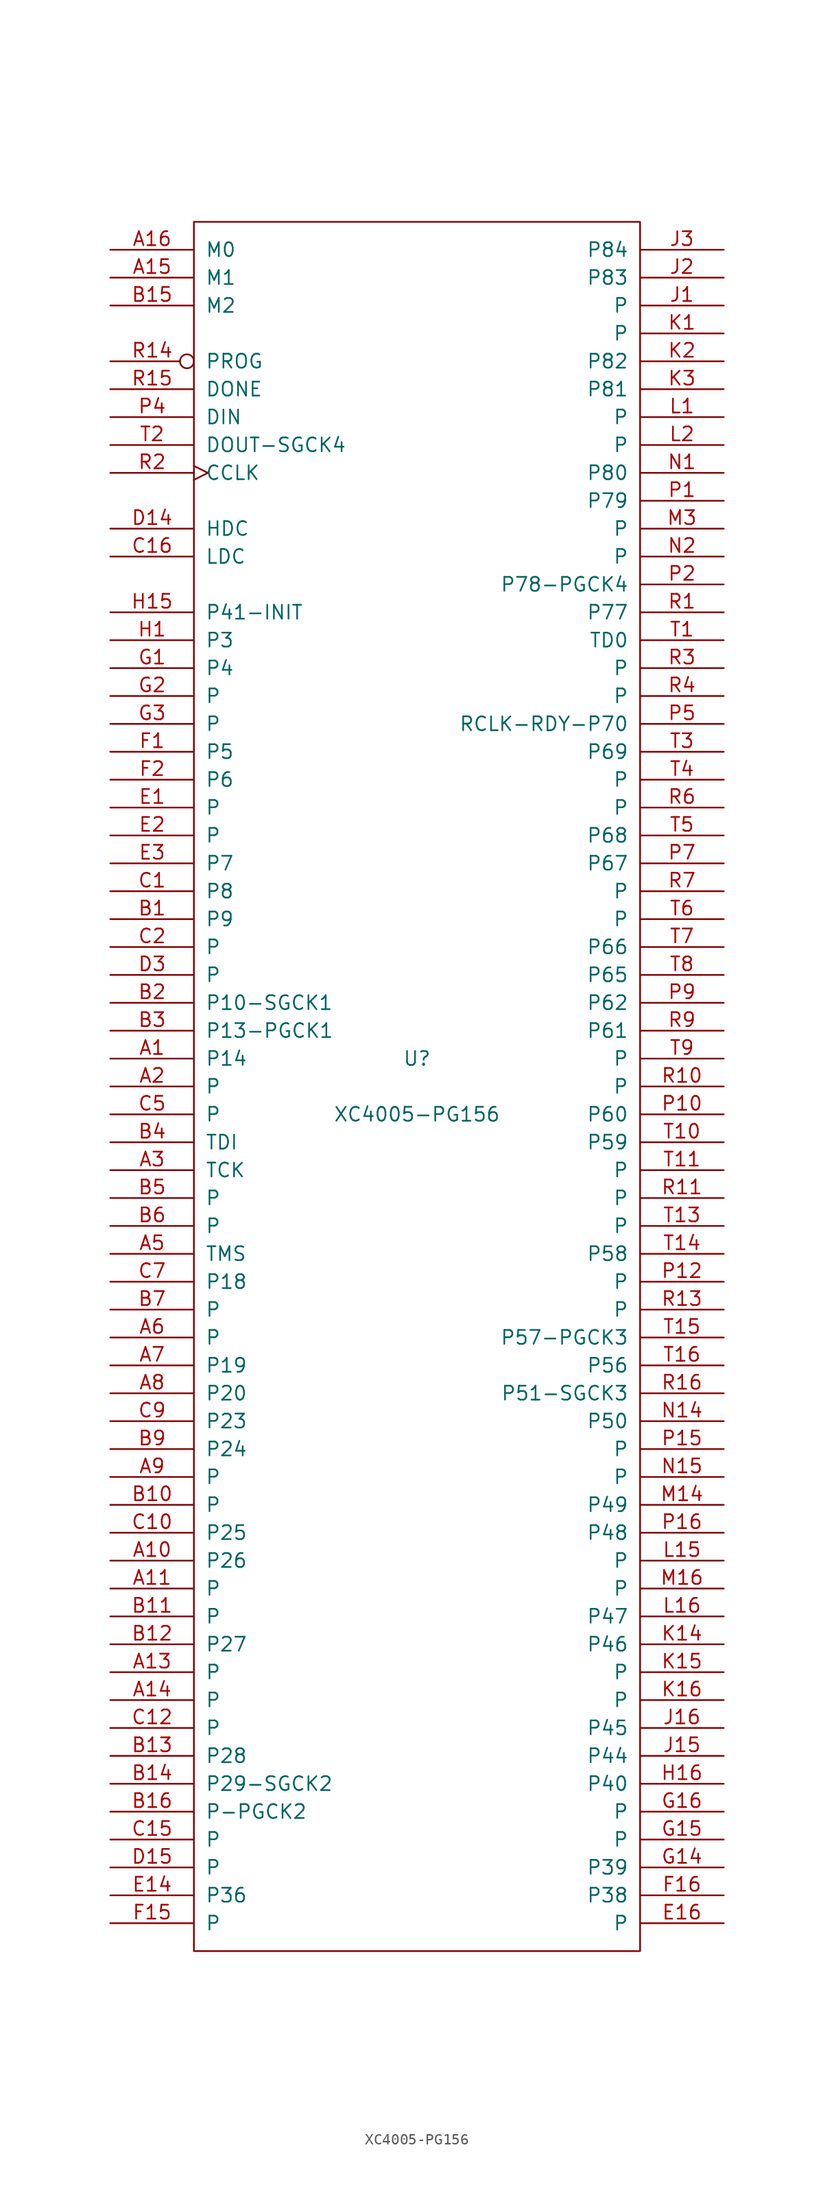
<source format=kicad_sym>
(kicad_symbol_lib
  (version 20211014)
  (generator kicad_symbol_editor)
  (symbol "XC4005-PG156"
    (pin_names
      (offset 1.016))
    (property "Reference" "U"
      (at 0 2.54 0)
      (effects (font (size 1.27 1.27))))
    (property "Value" "XC4005-PG156"
      (at 0 -2.54 0)
      (effects (font (size 1.27 1.27))))
    (symbol "XC4005-PG156_0_1"
      (rectangle (start -20.32 -78.74) (end 20.32 78.74) (stroke (width 0) (type default) (color 0 0 0 0)) (fill (type none))))
    (symbol "XC4005-PG156_1_1"
      (pin passive line (at -27.94 2.54 0) (length 7.62) (name "P14" (effects (font (size 1.27 1.27)))) (number "A1" (effects (font (size 1.27 1.27)))))
      (pin passive line (at -27.94 -43.18 0) (length 7.62) (name "P26" (effects (font (size 1.27 1.27)))) (number "A10" (effects (font (size 1.27 1.27)))))
      (pin passive line (at -27.94 -45.72 0) (length 7.62) (name "P" (effects (font (size 1.27 1.27)))) (number "A11" (effects (font (size 1.27 1.27)))))
      (pin passive line (at -27.94 -53.34 0) (length 7.62) (name "P" (effects (font (size 1.27 1.27)))) (number "A13" (effects (font (size 1.27 1.27)))))
      (pin passive line (at -27.94 -55.88 0) (length 7.62) (name "P" (effects (font (size 1.27 1.27)))) (number "A14" (effects (font (size 1.27 1.27)))))
      (pin input line (at -27.94 73.66 0) (length 7.62) (name "M1" (effects (font (size 1.27 1.27)))) (number "A15" (effects (font (size 1.27 1.27)))))
      (pin input line (at -27.94 76.2 0) (length 7.62) (name "M0" (effects (font (size 1.27 1.27)))) (number "A16" (effects (font (size 1.27 1.27)))))
      (pin passive line (at -27.94 0 0) (length 7.62) (name "P" (effects (font (size 1.27 1.27)))) (number "A2" (effects (font (size 1.27 1.27)))))
      (pin passive line (at -27.94 -7.62 0) (length 7.62) (name "TCK" (effects (font (size 1.27 1.27)))) (number "A3" (effects (font (size 1.27 1.27)))))
      (pin passive line (at -27.94 -15.24 0) (length 7.62) (name "TMS" (effects (font (size 1.27 1.27)))) (number "A5" (effects (font (size 1.27 1.27)))))
      (pin passive line (at -27.94 -22.86 0) (length 7.62) (name "P" (effects (font (size 1.27 1.27)))) (number "A6" (effects (font (size 1.27 1.27)))))
      (pin passive line (at -27.94 -25.4 0) (length 7.62) (name "P19" (effects (font (size 1.27 1.27)))) (number "A7" (effects (font (size 1.27 1.27)))))
      (pin passive line (at -27.94 -27.94 0) (length 7.62) (name "P20" (effects (font (size 1.27 1.27)))) (number "A8" (effects (font (size 1.27 1.27)))))
      (pin passive line (at -27.94 -35.56 0) (length 7.62) (name "P" (effects (font (size 1.27 1.27)))) (number "A9" (effects (font (size 1.27 1.27)))))
      (pin passive line (at -27.94 15.24 0) (length 7.62) (name "P9" (effects (font (size 1.27 1.27)))) (number "B1" (effects (font (size 1.27 1.27)))))
      (pin passive line (at -27.94 -38.1 0) (length 7.62) (name "P" (effects (font (size 1.27 1.27)))) (number "B10" (effects (font (size 1.27 1.27)))))
      (pin passive line (at -27.94 -48.26 0) (length 7.62) (name "P" (effects (font (size 1.27 1.27)))) (number "B11" (effects (font (size 1.27 1.27)))))
      (pin passive line (at -27.94 -50.8 0) (length 7.62) (name "P27" (effects (font (size 1.27 1.27)))) (number "B12" (effects (font (size 1.27 1.27)))))
      (pin passive line (at -27.94 -60.96 0) (length 7.62) (name "P28" (effects (font (size 1.27 1.27)))) (number "B13" (effects (font (size 1.27 1.27)))))
      (pin passive line (at -27.94 -63.5 0) (length 7.62) (name "P29-SGCK2" (effects (font (size 1.27 1.27)))) (number "B14" (effects (font (size 1.27 1.27)))))
      (pin input line (at -27.94 71.12 0) (length 7.62) (name "M2" (effects (font (size 1.27 1.27)))) (number "B15" (effects (font (size 1.27 1.27)))))
      (pin passive line (at -27.94 -66.04 0) (length 7.62) (name "P-PGCK2" (effects (font (size 1.27 1.27)))) (number "B16" (effects (font (size 1.27 1.27)))))
      (pin passive line (at -27.94 7.62 0) (length 7.62) (name "P10-SGCK1" (effects (font (size 1.27 1.27)))) (number "B2" (effects (font (size 1.27 1.27)))))
      (pin passive line (at -27.94 5.08 0) (length 7.62) (name "P13-PGCK1" (effects (font (size 1.27 1.27)))) (number "B3" (effects (font (size 1.27 1.27)))))
      (pin passive line (at -27.94 -5.08 0) (length 7.62) (name "TDI" (effects (font (size 1.27 1.27)))) (number "B4" (effects (font (size 1.27 1.27)))))
      (pin passive line (at -27.94 -10.16 0) (length 7.62) (name "P" (effects (font (size 1.27 1.27)))) (number "B5" (effects (font (size 1.27 1.27)))))
      (pin passive line (at -27.94 -12.7 0) (length 7.62) (name "P" (effects (font (size 1.27 1.27)))) (number "B6" (effects (font (size 1.27 1.27)))))
      (pin passive line (at -27.94 -20.32 0) (length 7.62) (name "P" (effects (font (size 1.27 1.27)))) (number "B7" (effects (font (size 1.27 1.27)))))
      (pin power_in line (at -5.08 78.74 270) (length 0) hide (name "VCC" (effects (font (size 1.27 1.27)))) (number "B8" (effects (font (size 1.27 1.27)))))
      (pin passive line (at -27.94 -33.02 0) (length 7.62) (name "P24" (effects (font (size 1.27 1.27)))) (number "B9" (effects (font (size 1.27 1.27)))))
      (pin passive line (at -27.94 17.78 0) (length 7.62) (name "P8" (effects (font (size 1.27 1.27)))) (number "C1" (effects (font (size 1.27 1.27)))))
      (pin passive line (at -27.94 -40.64 0) (length 7.62) (name "P25" (effects (font (size 1.27 1.27)))) (number "C10" (effects (font (size 1.27 1.27)))))
      (pin power_in line (at -10.16 -78.74 90) (length 0) hide (name "GND" (effects (font (size 1.27 1.27)))) (number "C11" (effects (font (size 1.27 1.27)))))
      (pin passive line (at -27.94 -58.42 0) (length 7.62) (name "P" (effects (font (size 1.27 1.27)))) (number "C12" (effects (font (size 1.27 1.27)))))
      (pin power_in line (at -7.62 -78.74 90) (length 0) hide (name "GND" (effects (font (size 1.27 1.27)))) (number "C13" (effects (font (size 1.27 1.27)))))
      (pin power_in line (at -2.54 78.74 270) (length 0) hide (name "VCC" (effects (font (size 1.27 1.27)))) (number "C14" (effects (font (size 1.27 1.27)))))
      (pin passive line (at -27.94 -68.58 0) (length 7.62) (name "P" (effects (font (size 1.27 1.27)))) (number "C15" (effects (font (size 1.27 1.27)))))
      (pin passive line (at -27.94 48.26 0) (length 7.62) (name "LDC" (effects (font (size 1.27 1.27)))) (number "C16" (effects (font (size 1.27 1.27)))))
      (pin passive line (at -27.94 12.7 0) (length 7.62) (name "P" (effects (font (size 1.27 1.27)))) (number "C2" (effects (font (size 1.27 1.27)))))
      (pin power_in line (at -7.62 78.74 270) (length 0) hide (name "VCC" (effects (font (size 1.27 1.27)))) (number "C3" (effects (font (size 1.27 1.27)))))
      (pin power_in line (at -17.78 -78.74 90) (length 0) hide (name "GND" (effects (font (size 1.27 1.27)))) (number "C4" (effects (font (size 1.27 1.27)))))
      (pin passive line (at -27.94 -2.54 0) (length 7.62) (name "P" (effects (font (size 1.27 1.27)))) (number "C5" (effects (font (size 1.27 1.27)))))
      (pin power_in line (at -15.24 -78.74 90) (length 0) hide (name "GND" (effects (font (size 1.27 1.27)))) (number "C6" (effects (font (size 1.27 1.27)))))
      (pin passive line (at -27.94 -17.78 0) (length 7.62) (name "P18" (effects (font (size 1.27 1.27)))) (number "C7" (effects (font (size 1.27 1.27)))))
      (pin power_in line (at -12.7 -78.74 90) (length 0) hide (name "GND" (effects (font (size 1.27 1.27)))) (number "C8" (effects (font (size 1.27 1.27)))))
      (pin passive line (at -27.94 -30.48 0) (length 7.62) (name "P23" (effects (font (size 1.27 1.27)))) (number "C9" (effects (font (size 1.27 1.27)))))
      (pin passive line (at -27.94 50.8 0) (length 7.62) (name "HDC" (effects (font (size 1.27 1.27)))) (number "D14" (effects (font (size 1.27 1.27)))))
      (pin passive line (at -27.94 -71.12 0) (length 7.62) (name "P" (effects (font (size 1.27 1.27)))) (number "D15" (effects (font (size 1.27 1.27)))))
      (pin passive line (at -27.94 10.16 0) (length 7.62) (name "P" (effects (font (size 1.27 1.27)))) (number "D3" (effects (font (size 1.27 1.27)))))
      (pin passive line (at -27.94 25.4 0) (length 7.62) (name "P" (effects (font (size 1.27 1.27)))) (number "E1" (effects (font (size 1.27 1.27)))))
      (pin bidirectional line (at -27.94 -73.66 0) (length 7.62) (name "P36" (effects (font (size 1.27 1.27)))) (number "E14" (effects (font (size 1.27 1.27)))))
      (pin passive line (at 27.94 -76.2 180) (length 7.62) (name "P" (effects (font (size 1.27 1.27)))) (number "E16" (effects (font (size 1.27 1.27)))))
      (pin passive line (at -27.94 22.86 0) (length 7.62) (name "P" (effects (font (size 1.27 1.27)))) (number "E2" (effects (font (size 1.27 1.27)))))
      (pin passive line (at -27.94 20.32 0) (length 7.62) (name "P7" (effects (font (size 1.27 1.27)))) (number "E3" (effects (font (size 1.27 1.27)))))
      (pin passive line (at -27.94 30.48 0) (length 7.62) (name "P5" (effects (font (size 1.27 1.27)))) (number "F1" (effects (font (size 1.27 1.27)))))
      (pin power_in line (at -5.08 -78.74 90) (length 0) hide (name "GND" (effects (font (size 1.27 1.27)))) (number "F14" (effects (font (size 1.27 1.27)))))
      (pin passive line (at -27.94 -76.2 0) (length 7.62) (name "P" (effects (font (size 1.27 1.27)))) (number "F15" (effects (font (size 1.27 1.27)))))
      (pin passive line (at 27.94 -73.66 180) (length 7.62) (name "P38" (effects (font (size 1.27 1.27)))) (number "F16" (effects (font (size 1.27 1.27)))))
      (pin passive line (at -27.94 27.94 0) (length 7.62) (name "P6" (effects (font (size 1.27 1.27)))) (number "F2" (effects (font (size 1.27 1.27)))))
      (pin power_in line (at -20.32 -78.74 90) (length 0) hide (name "GND" (effects (font (size 1.27 1.27)))) (number "F3" (effects (font (size 1.27 1.27)))))
      (pin passive line (at -27.94 38.1 0) (length 7.62) (name "P4" (effects (font (size 1.27 1.27)))) (number "G1" (effects (font (size 1.27 1.27)))))
      (pin passive line (at 27.94 -71.12 180) (length 7.62) (name "P39" (effects (font (size 1.27 1.27)))) (number "G14" (effects (font (size 1.27 1.27)))))
      (pin passive line (at 27.94 -68.58 180) (length 7.62) (name "P" (effects (font (size 1.27 1.27)))) (number "G15" (effects (font (size 1.27 1.27)))))
      (pin passive line (at 27.94 -66.04 180) (length 7.62) (name "P" (effects (font (size 1.27 1.27)))) (number "G16" (effects (font (size 1.27 1.27)))))
      (pin passive line (at -27.94 35.56 0) (length 7.62) (name "P" (effects (font (size 1.27 1.27)))) (number "G2" (effects (font (size 1.27 1.27)))))
      (pin passive line (at -27.94 33.02 0) (length 7.62) (name "P" (effects (font (size 1.27 1.27)))) (number "G3" (effects (font (size 1.27 1.27)))))
      (pin passive line (at -27.94 40.64 0) (length 7.62) (name "P3" (effects (font (size 1.27 1.27)))) (number "H1" (effects (font (size 1.27 1.27)))))
      (pin power_in line (at 0 78.74 270) (length 0) hide (name "VCC" (effects (font (size 1.27 1.27)))) (number "H14" (effects (font (size 1.27 1.27)))))
      (pin bidirectional line (at -27.94 43.18 0) (length 7.62) (name "P41-INIT" (effects (font (size 1.27 1.27)))) (number "H15" (effects (font (size 1.27 1.27)))))
      (pin passive line (at 27.94 -63.5 180) (length 7.62) (name "P40" (effects (font (size 1.27 1.27)))) (number "H16" (effects (font (size 1.27 1.27)))))
      (pin power_in line (at 17.78 -78.74 90) (length 0) hide (name "GND" (effects (font (size 1.27 1.27)))) (number "H2" (effects (font (size 1.27 1.27)))))
      (pin power_in line (at -10.16 78.74 270) (length 0) hide (name "VCC" (effects (font (size 1.27 1.27)))) (number "H3" (effects (font (size 1.27 1.27)))))
      (pin passive line (at 27.94 71.12 180) (length 7.62) (name "P" (effects (font (size 1.27 1.27)))) (number "J1" (effects (font (size 1.27 1.27)))))
      (pin power_in line (at -2.54 -78.74 90) (length 0) hide (name "GND" (effects (font (size 1.27 1.27)))) (number "J14" (effects (font (size 1.27 1.27)))))
      (pin passive line (at 27.94 -60.96 180) (length 7.62) (name "P44" (effects (font (size 1.27 1.27)))) (number "J15" (effects (font (size 1.27 1.27)))))
      (pin passive line (at 27.94 -58.42 180) (length 7.62) (name "P45" (effects (font (size 1.27 1.27)))) (number "J16" (effects (font (size 1.27 1.27)))))
      (pin passive line (at 27.94 73.66 180) (length 7.62) (name "P83" (effects (font (size 1.27 1.27)))) (number "J2" (effects (font (size 1.27 1.27)))))
      (pin passive line (at 27.94 76.2 180) (length 7.62) (name "P84" (effects (font (size 1.27 1.27)))) (number "J3" (effects (font (size 1.27 1.27)))))
      (pin passive line (at 27.94 68.58 180) (length 7.62) (name "P" (effects (font (size 1.27 1.27)))) (number "K1" (effects (font (size 1.27 1.27)))))
      (pin passive line (at 27.94 -50.8 180) (length 7.62) (name "P46" (effects (font (size 1.27 1.27)))) (number "K14" (effects (font (size 1.27 1.27)))))
      (pin passive line (at 27.94 -53.34 180) (length 7.62) (name "P" (effects (font (size 1.27 1.27)))) (number "K15" (effects (font (size 1.27 1.27)))))
      (pin passive line (at 27.94 -55.88 180) (length 7.62) (name "P" (effects (font (size 1.27 1.27)))) (number "K16" (effects (font (size 1.27 1.27)))))
      (pin passive line (at 27.94 66.04 180) (length 7.62) (name "P82" (effects (font (size 1.27 1.27)))) (number "K2" (effects (font (size 1.27 1.27)))))
      (pin passive line (at 27.94 63.5 180) (length 7.62) (name "P81" (effects (font (size 1.27 1.27)))) (number "K3" (effects (font (size 1.27 1.27)))))
      (pin passive line (at 27.94 60.96 180) (length 7.62) (name "P" (effects (font (size 1.27 1.27)))) (number "L1" (effects (font (size 1.27 1.27)))))
      (pin power_in line (at 0 -78.74 90) (length 0) hide (name "GND" (effects (font (size 1.27 1.27)))) (number "L14" (effects (font (size 1.27 1.27)))))
      (pin passive line (at 27.94 -43.18 180) (length 7.62) (name "P" (effects (font (size 1.27 1.27)))) (number "L15" (effects (font (size 1.27 1.27)))))
      (pin passive line (at 27.94 -48.26 180) (length 7.62) (name "P47" (effects (font (size 1.27 1.27)))) (number "L16" (effects (font (size 1.27 1.27)))))
      (pin passive line (at 27.94 58.42 180) (length 7.62) (name "P" (effects (font (size 1.27 1.27)))) (number "L2" (effects (font (size 1.27 1.27)))))
      (pin power_in line (at 15.24 -78.74 90) (length 0) hide (name "GND" (effects (font (size 1.27 1.27)))) (number "L3" (effects (font (size 1.27 1.27)))))
      (pin passive line (at 27.94 -38.1 180) (length 7.62) (name "P49" (effects (font (size 1.27 1.27)))) (number "M14" (effects (font (size 1.27 1.27)))))
      (pin passive line (at 27.94 -45.72 180) (length 7.62) (name "P" (effects (font (size 1.27 1.27)))) (number "M16" (effects (font (size 1.27 1.27)))))
      (pin passive line (at 27.94 50.8 180) (length 7.62) (name "P" (effects (font (size 1.27 1.27)))) (number "M3" (effects (font (size 1.27 1.27)))))
      (pin passive line (at 27.94 55.88 180) (length 7.62) (name "P80" (effects (font (size 1.27 1.27)))) (number "N1" (effects (font (size 1.27 1.27)))))
      (pin passive line (at 27.94 -30.48 180) (length 7.62) (name "P50" (effects (font (size 1.27 1.27)))) (number "N14" (effects (font (size 1.27 1.27)))))
      (pin passive line (at 27.94 -35.56 180) (length 7.62) (name "P" (effects (font (size 1.27 1.27)))) (number "N15" (effects (font (size 1.27 1.27)))))
      (pin passive line (at 27.94 48.26 180) (length 7.62) (name "P" (effects (font (size 1.27 1.27)))) (number "N2" (effects (font (size 1.27 1.27)))))
      (pin power_in line (at 12.7 -78.74 90) (length 0) hide (name "GND" (effects (font (size 1.27 1.27)))) (number "N3" (effects (font (size 1.27 1.27)))))
      (pin passive line (at 27.94 53.34 180) (length 7.62) (name "P79" (effects (font (size 1.27 1.27)))) (number "P1" (effects (font (size 1.27 1.27)))))
      (pin passive line (at 27.94 -2.54 180) (length 7.62) (name "P60" (effects (font (size 1.27 1.27)))) (number "P10" (effects (font (size 1.27 1.27)))))
      (pin power_in line (at 5.08 -78.74 90) (length 0) hide (name "GND" (effects (font (size 1.27 1.27)))) (number "P11" (effects (font (size 1.27 1.27)))))
      (pin passive line (at 27.94 -17.78 180) (length 7.62) (name "P" (effects (font (size 1.27 1.27)))) (number "P12" (effects (font (size 1.27 1.27)))))
      (pin power_in line (at 2.54 78.74 270) (length 0) hide (name "VCC" (effects (font (size 1.27 1.27)))) (number "P13" (effects (font (size 1.27 1.27)))))
      (pin power_in line (at 2.54 -78.74 90) (length 0) hide (name "GND" (effects (font (size 1.27 1.27)))) (number "P14" (effects (font (size 1.27 1.27)))))
      (pin passive line (at 27.94 -33.02 180) (length 7.62) (name "P" (effects (font (size 1.27 1.27)))) (number "P15" (effects (font (size 1.27 1.27)))))
      (pin passive line (at 27.94 -40.64 180) (length 7.62) (name "P48" (effects (font (size 1.27 1.27)))) (number "P16" (effects (font (size 1.27 1.27)))))
      (pin passive line (at 27.94 45.72 180) (length 7.62) (name "P78-PGCK4" (effects (font (size 1.27 1.27)))) (number "P2" (effects (font (size 1.27 1.27)))))
      (pin power_in line (at 7.62 78.74 270) (length 0) hide (name "VCC" (effects (font (size 1.27 1.27)))) (number "P3" (effects (font (size 1.27 1.27)))))
      (pin input line (at -27.94 60.96 0) (length 7.62) (name "DIN" (effects (font (size 1.27 1.27)))) (number "P4" (effects (font (size 1.27 1.27)))))
      (pin passive line (at 27.94 33.02 180) (length 7.62) (name "RCLK-RDY-P70" (effects (font (size 1.27 1.27)))) (number "P5" (effects (font (size 1.27 1.27)))))
      (pin power_in line (at 10.16 -78.74 90) (length 0) hide (name "GND" (effects (font (size 1.27 1.27)))) (number "P6" (effects (font (size 1.27 1.27)))))
      (pin passive line (at 27.94 20.32 180) (length 7.62) (name "P67" (effects (font (size 1.27 1.27)))) (number "P7" (effects (font (size 1.27 1.27)))))
      (pin power_in line (at 7.62 -78.74 90) (length 0) hide (name "GND" (effects (font (size 1.27 1.27)))) (number "P8" (effects (font (size 1.27 1.27)))))
      (pin passive line (at 27.94 7.62 180) (length 7.62) (name "P62" (effects (font (size 1.27 1.27)))) (number "P9" (effects (font (size 1.27 1.27)))))
      (pin passive line (at 27.94 43.18 180) (length 7.62) (name "P77" (effects (font (size 1.27 1.27)))) (number "R1" (effects (font (size 1.27 1.27)))))
      (pin passive line (at 27.94 0 180) (length 7.62) (name "P" (effects (font (size 1.27 1.27)))) (number "R10" (effects (font (size 1.27 1.27)))))
      (pin passive line (at 27.94 -10.16 180) (length 7.62) (name "P" (effects (font (size 1.27 1.27)))) (number "R11" (effects (font (size 1.27 1.27)))))
      (pin passive line (at 27.94 -20.32 180) (length 7.62) (name "P" (effects (font (size 1.27 1.27)))) (number "R13" (effects (font (size 1.27 1.27)))))
      (pin input inverted (at -27.94 66.04 0) (length 7.62) (name "PROG" (effects (font (size 1.27 1.27)))) (number "R14" (effects (font (size 1.27 1.27)))))
      (pin bidirectional line (at -27.94 63.5 0) (length 7.62) (name "DONE" (effects (font (size 1.27 1.27)))) (number "R15" (effects (font (size 1.27 1.27)))))
      (pin passive line (at 27.94 -27.94 180) (length 7.62) (name "P51-SGCK3" (effects (font (size 1.27 1.27)))) (number "R16" (effects (font (size 1.27 1.27)))))
      (pin passive clock (at -27.94 55.88 0) (length 7.62) (name "CCLK" (effects (font (size 1.27 1.27)))) (number "R2" (effects (font (size 1.27 1.27)))))
      (pin passive line (at 27.94 38.1 180) (length 7.62) (name "P" (effects (font (size 1.27 1.27)))) (number "R3" (effects (font (size 1.27 1.27)))))
      (pin passive line (at 27.94 35.56 180) (length 7.62) (name "P" (effects (font (size 1.27 1.27)))) (number "R4" (effects (font (size 1.27 1.27)))))
      (pin passive line (at 27.94 25.4 180) (length 7.62) (name "P" (effects (font (size 1.27 1.27)))) (number "R6" (effects (font (size 1.27 1.27)))))
      (pin passive line (at 27.94 17.78 180) (length 7.62) (name "P" (effects (font (size 1.27 1.27)))) (number "R7" (effects (font (size 1.27 1.27)))))
      (pin power_in line (at 5.08 78.74 270) (length 0) hide (name "VCC" (effects (font (size 1.27 1.27)))) (number "R8" (effects (font (size 1.27 1.27)))))
      (pin passive line (at 27.94 5.08 180) (length 7.62) (name "P61" (effects (font (size 1.27 1.27)))) (number "R9" (effects (font (size 1.27 1.27)))))
      (pin output line (at 27.94 40.64 180) (length 7.62) (name "TD0" (effects (font (size 1.27 1.27)))) (number "T1" (effects (font (size 1.27 1.27)))))
      (pin passive line (at 27.94 -5.08 180) (length 7.62) (name "P59" (effects (font (size 1.27 1.27)))) (number "T10" (effects (font (size 1.27 1.27)))))
      (pin passive line (at 27.94 -7.62 180) (length 7.62) (name "P" (effects (font (size 1.27 1.27)))) (number "T11" (effects (font (size 1.27 1.27)))))
      (pin passive line (at 27.94 -12.7 180) (length 7.62) (name "P" (effects (font (size 1.27 1.27)))) (number "T13" (effects (font (size 1.27 1.27)))))
      (pin passive line (at 27.94 -15.24 180) (length 7.62) (name "P58" (effects (font (size 1.27 1.27)))) (number "T14" (effects (font (size 1.27 1.27)))))
      (pin passive line (at 27.94 -22.86 180) (length 7.62) (name "P57-PGCK3" (effects (font (size 1.27 1.27)))) (number "T15" (effects (font (size 1.27 1.27)))))
      (pin passive line (at 27.94 -25.4 180) (length 7.62) (name "P56" (effects (font (size 1.27 1.27)))) (number "T16" (effects (font (size 1.27 1.27)))))
      (pin passive line (at -27.94 58.42 0) (length 7.62) (name "DOUT-SGCK4" (effects (font (size 1.27 1.27)))) (number "T2" (effects (font (size 1.27 1.27)))))
      (pin passive line (at 27.94 30.48 180) (length 7.62) (name "P69" (effects (font (size 1.27 1.27)))) (number "T3" (effects (font (size 1.27 1.27)))))
      (pin passive line (at 27.94 27.94 180) (length 7.62) (name "P" (effects (font (size 1.27 1.27)))) (number "T4" (effects (font (size 1.27 1.27)))))
      (pin passive line (at 27.94 22.86 180) (length 7.62) (name "P68" (effects (font (size 1.27 1.27)))) (number "T5" (effects (font (size 1.27 1.27)))))
      (pin passive line (at 27.94 15.24 180) (length 7.62) (name "P" (effects (font (size 1.27 1.27)))) (number "T6" (effects (font (size 1.27 1.27)))))
      (pin passive line (at 27.94 12.7 180) (length 7.62) (name "P66" (effects (font (size 1.27 1.27)))) (number "T7" (effects (font (size 1.27 1.27)))))
      (pin passive line (at 27.94 10.16 180) (length 7.62) (name "P65" (effects (font (size 1.27 1.27)))) (number "T8" (effects (font (size 1.27 1.27)))))
      (pin passive line (at 27.94 2.54 180) (length 7.62) (name "P" (effects (font (size 1.27 1.27)))) (number "T9" (effects (font (size 1.27 1.27))))))))
</source>
